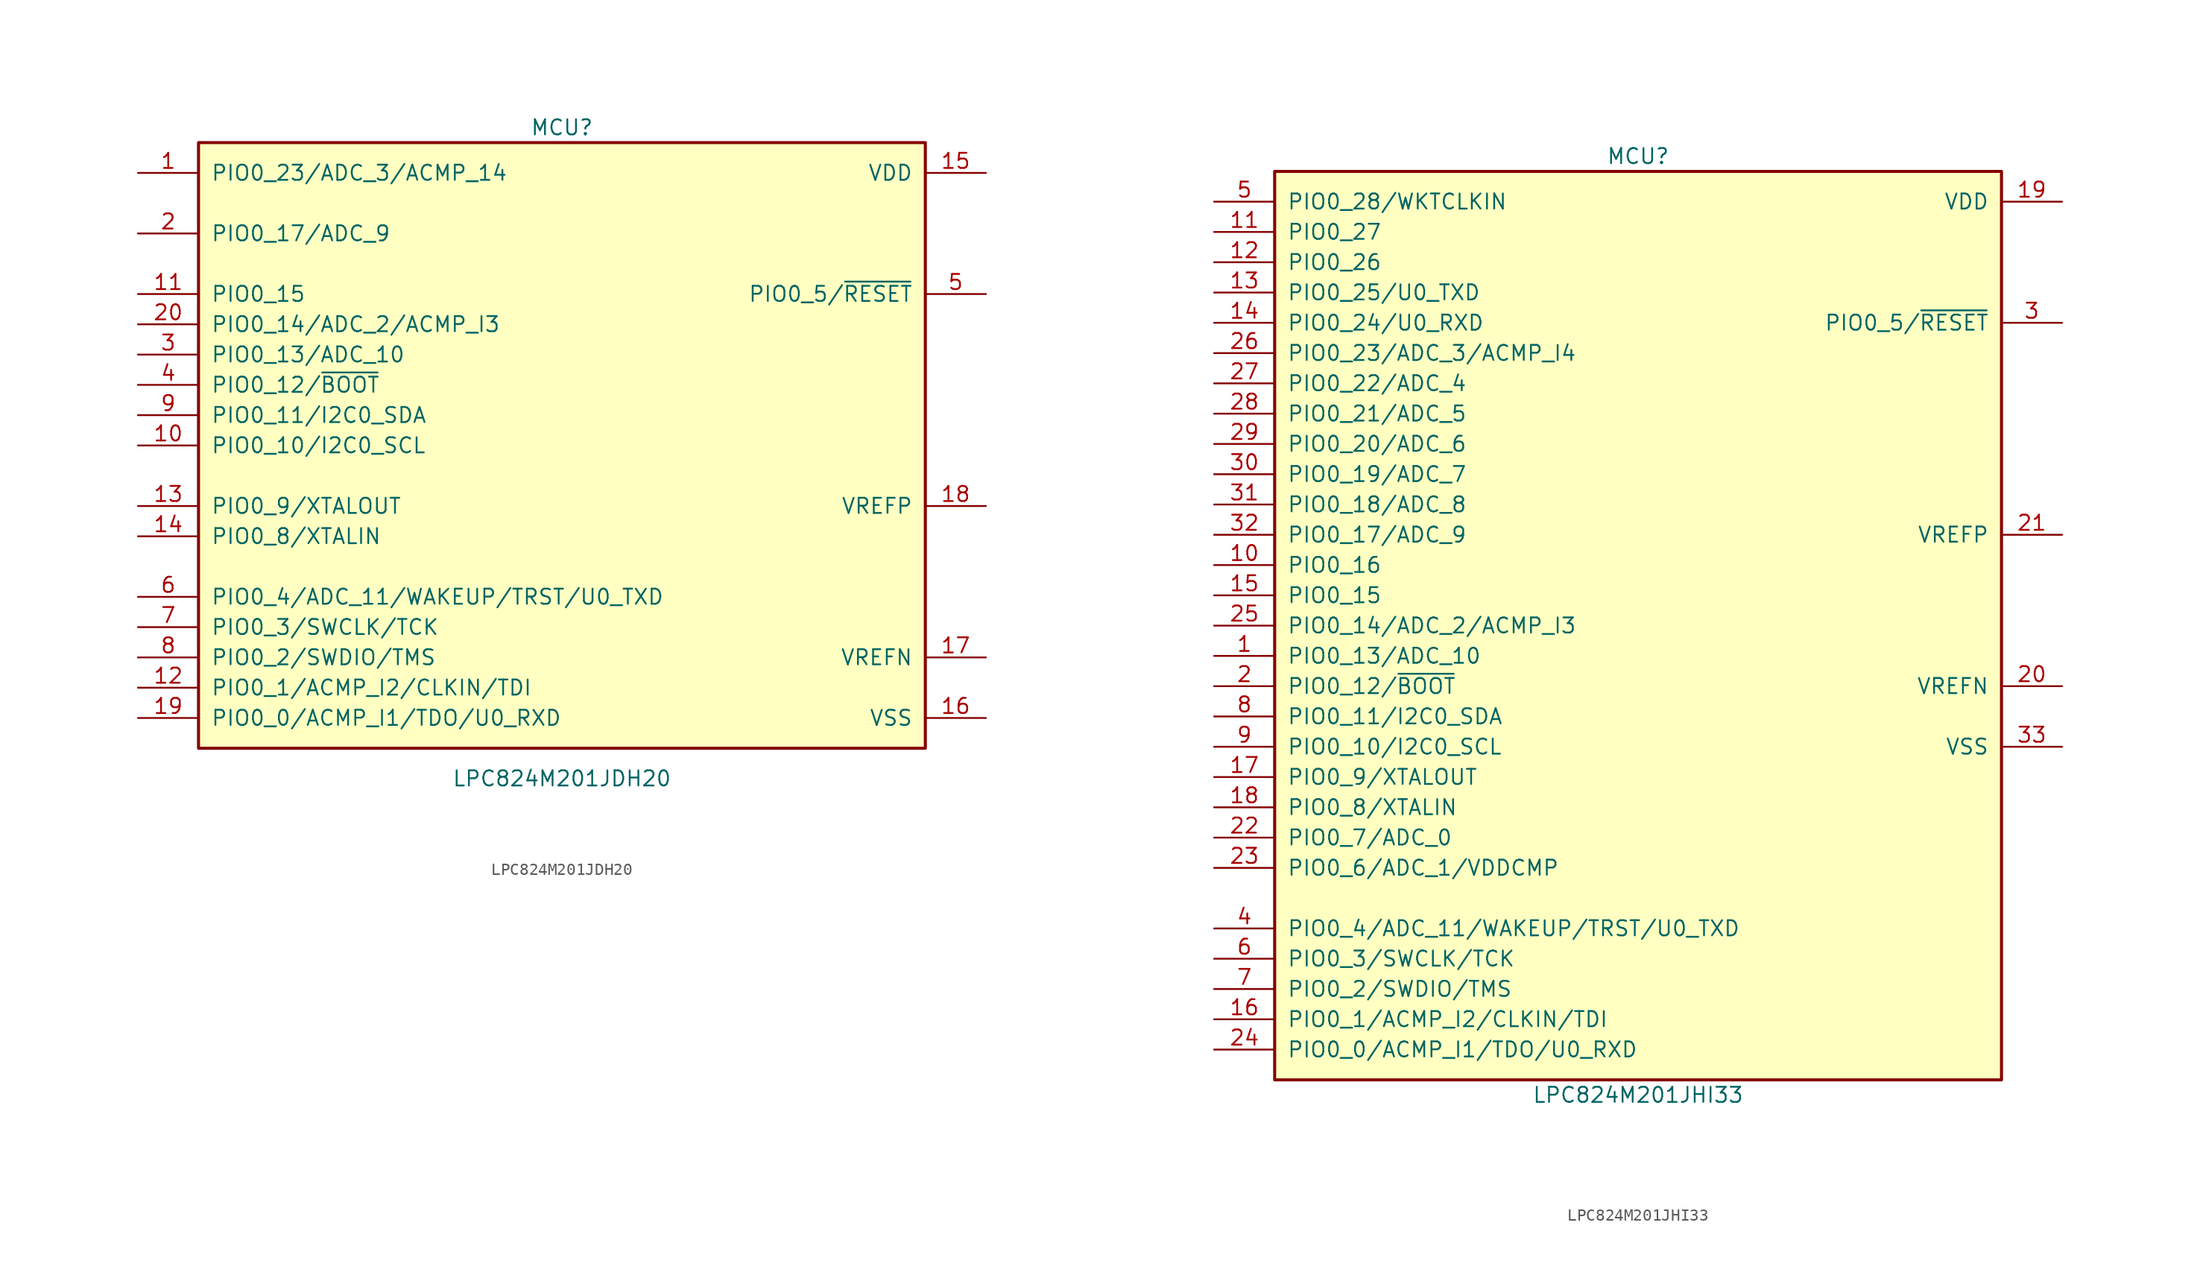
<source format=kicad_sym>
(kicad_symbol_lib
  (version 20231120)
  (generator "kicad_symbol_editor")
  (generator_version "8.0")
  (symbol "LPC824M201JDH20"
    (pin_names
      (offset 1.016))
    (property "Reference" "MCU"
      (at 0 26.67 0)
      (effects (font (size 1.27 1.27))))
    (property "Value" "LPC824M201JDH20"
      (at 0 -27.94 0)
      (effects (font (size 1.27 1.27))))
    (symbol "LPC824M201JDH20_0_1"
      (rectangle (start -30.48 25.4) (end 30.48 -25.4) (stroke (width 0.254) (type default)) (fill (type background))))
    (symbol "LPC824M201JDH20_1_1"
      (pin bidirectional line (at -35.56 22.86 0) (length 5.08) (name "PIO0_23/ADC_3/ACMP_14" (effects (font (size 1.27 1.27)))) (number "1" (effects (font (size 1.27 1.27)))) (alternate "" input line))
      (pin bidirectional line (at -35.56 0 0) (length 5.08) (name "PIO0_10/I2C0_SCL" (effects (font (size 1.27 1.27)))) (number "10" (effects (font (size 1.27 1.27)))))
      (pin bidirectional line (at -35.56 12.7 0) (length 5.08) (name "PIO0_15" (effects (font (size 1.27 1.27)))) (number "11" (effects (font (size 1.27 1.27)))))
      (pin bidirectional line (at -35.56 -20.32 0) (length 5.08) (name "PIO0_1/ACMP_I2/CLKIN/TDI" (effects (font (size 1.27 1.27)))) (number "12" (effects (font (size 1.27 1.27)))))
      (pin bidirectional line (at -35.56 -5.08 0) (length 5.08) (name "PIO0_9/XTALOUT" (effects (font (size 1.27 1.27)))) (number "13" (effects (font (size 1.27 1.27)))))
      (pin bidirectional line (at -35.56 -7.62 0) (length 5.08) (name "PIO0_8/XTALIN" (effects (font (size 1.27 1.27)))) (number "14" (effects (font (size 1.27 1.27)))))
      (pin power_in line (at 35.56 22.86 180) (length 5.08) (name "VDD" (effects (font (size 1.27 1.27)))) (number "15" (effects (font (size 1.27 1.27)))))
      (pin power_in line (at 35.56 -22.86 180) (length 5.08) (name "VSS" (effects (font (size 1.27 1.27)))) (number "16" (effects (font (size 1.27 1.27)))))
      (pin power_in line (at 35.56 -17.78 180) (length 5.08) (name "VREFN" (effects (font (size 1.27 1.27)))) (number "17" (effects (font (size 1.27 1.27)))))
      (pin power_in line (at 35.56 -5.08 180) (length 5.08) (name "VREFP" (effects (font (size 1.27 1.27)))) (number "18" (effects (font (size 1.27 1.27)))))
      (pin bidirectional line (at -35.56 -22.86 0) (length 5.08) (name "PIO0_0/ACMP_I1/TDO/U0_RXD" (effects (font (size 1.27 1.27)))) (number "19" (effects (font (size 1.27 1.27)))))
      (pin bidirectional line (at -35.56 17.78 0) (length 5.08) (name "PIO0_17/ADC_9" (effects (font (size 1.27 1.27)))) (number "2" (effects (font (size 1.27 1.27)))))
      (pin bidirectional line (at -35.56 10.16 0) (length 5.08) (name "PIO0_14/ADC_2/ACMP_I3" (effects (font (size 1.27 1.27)))) (number "20" (effects (font (size 1.27 1.27)))))
      (pin bidirectional line (at -35.56 7.62 0) (length 5.08) (name "PIO0_13/ADC_10" (effects (font (size 1.27 1.27)))) (number "3" (effects (font (size 1.27 1.27)))))
      (pin bidirectional line (at -35.56 5.08 0) (length 5.08) (name "PIO0_12/~{BOOT}" (effects (font (size 1.27 1.27)))) (number "4" (effects (font (size 1.27 1.27)))))
      (pin bidirectional line (at 35.56 12.7 180) (length 5.08) (name "PIO0_5/~{RESET}" (effects (font (size 1.27 1.27)))) (number "5" (effects (font (size 1.27 1.27)))))
      (pin bidirectional line (at -35.56 -12.7 0) (length 5.08) (name "PIO0_4/ADC_11/WAKEUP/TRST/U0_TXD" (effects (font (size 1.27 1.27)))) (number "6" (effects (font (size 1.27 1.27)))))
      (pin bidirectional line (at -35.56 -15.24 0) (length 5.08) (name "PIO0_3/SWCLK/TCK" (effects (font (size 1.27 1.27)))) (number "7" (effects (font (size 1.27 1.27)))))
      (pin bidirectional line (at -35.56 -17.78 0) (length 5.08) (name "PIO0_2/SWDIO/TMS" (effects (font (size 1.27 1.27)))) (number "8" (effects (font (size 1.27 1.27)))))
      (pin bidirectional line (at -35.56 2.54 0) (length 5.08) (name "PIO0_11/I2C0_SDA" (effects (font (size 1.27 1.27)))) (number "9" (effects (font (size 1.27 1.27)))))))
  (symbol "LPC824M201JHI33"
    (pin_names
      (offset 1.016))
    (property "Reference" "MCU"
      (at 0 39.37 0)
      (effects (font (size 1.27 1.27))))
    (property "Value" "LPC824M201JHI33"
      (at 0 -39.37 0)
      (effects (font (size 1.27 1.27))))
    (symbol "LPC824M201JHI33_0_1"
      (rectangle (start -30.48 38.1) (end 30.48 -38.1) (stroke (width 0.254) (type default)) (fill (type background))))
    (symbol "LPC824M201JHI33_1_1"
      (pin bidirectional line (at -35.56 -2.54 0) (length 5.08) (name "PIO0_13/ADC_10" (effects (font (size 1.27 1.27)))) (number "1" (effects (font (size 1.27 1.27)))))
      (pin bidirectional line (at -35.56 5.08 0) (length 5.08) (name "PIO0_16" (effects (font (size 1.27 1.27)))) (number "10" (effects (font (size 1.27 1.27)))))
      (pin bidirectional line (at -35.56 33.02 0) (length 5.08) (name "PIO0_27" (effects (font (size 1.27 1.27)))) (number "11" (effects (font (size 1.27 1.27)))))
      (pin bidirectional line (at -35.56 30.48 0) (length 5.08) (name "PIO0_26" (effects (font (size 1.27 1.27)))) (number "12" (effects (font (size 1.27 1.27)))))
      (pin bidirectional line (at -35.56 27.94 0) (length 5.08) (name "PIO0_25/U0_TXD" (effects (font (size 1.27 1.27)))) (number "13" (effects (font (size 1.27 1.27)))))
      (pin bidirectional line (at -35.56 25.4 0) (length 5.08) (name "PIO0_24/U0_RXD" (effects (font (size 1.27 1.27)))) (number "14" (effects (font (size 1.27 1.27)))))
      (pin bidirectional line (at -35.56 2.54 0) (length 5.08) (name "PIO0_15" (effects (font (size 1.27 1.27)))) (number "15" (effects (font (size 1.27 1.27)))))
      (pin bidirectional line (at -35.56 -33.02 0) (length 5.08) (name "PIO0_1/ACMP_I2/CLKIN/TDI" (effects (font (size 1.27 1.27)))) (number "16" (effects (font (size 1.27 1.27)))))
      (pin bidirectional line (at -35.56 -12.7 0) (length 5.08) (name "PIO0_9/XTALOUT" (effects (font (size 1.27 1.27)))) (number "17" (effects (font (size 1.27 1.27)))))
      (pin bidirectional line (at -35.56 -15.24 0) (length 5.08) (name "PIO0_8/XTALIN" (effects (font (size 1.27 1.27)))) (number "18" (effects (font (size 1.27 1.27)))))
      (pin power_in line (at 35.56 35.56 180) (length 5.08) (name "VDD" (effects (font (size 1.27 1.27)))) (number "19" (effects (font (size 1.27 1.27)))))
      (pin bidirectional line (at -35.56 -5.08 0) (length 5.08) (name "PIO0_12/~{BOOT}" (effects (font (size 1.27 1.27)))) (number "2" (effects (font (size 1.27 1.27)))))
      (pin power_in line (at 35.56 -5.08 180) (length 5.08) (name "VREFN" (effects (font (size 1.27 1.27)))) (number "20" (effects (font (size 1.27 1.27)))))
      (pin power_in line (at 35.56 7.62 180) (length 5.08) (name "VREFP" (effects (font (size 1.27 1.27)))) (number "21" (effects (font (size 1.27 1.27)))))
      (pin bidirectional line (at -35.56 -17.78 0) (length 5.08) (name "PIO0_7/ADC_0" (effects (font (size 1.27 1.27)))) (number "22" (effects (font (size 1.27 1.27)))))
      (pin bidirectional line (at -35.56 -20.32 0) (length 5.08) (name "PIO0_6/ADC_1/VDDCMP" (effects (font (size 1.27 1.27)))) (number "23" (effects (font (size 1.27 1.27)))))
      (pin bidirectional line (at -35.56 -35.56 0) (length 5.08) (name "PIO0_0/ACMP_I1/TDO/U0_RXD" (effects (font (size 1.27 1.27)))) (number "24" (effects (font (size 1.27 1.27)))))
      (pin bidirectional line (at -35.56 0 0) (length 5.08) (name "PIO0_14/ADC_2/ACMP_I3" (effects (font (size 1.27 1.27)))) (number "25" (effects (font (size 1.27 1.27)))))
      (pin bidirectional line (at -35.56 22.86 0) (length 5.08) (name "PIO0_23/ADC_3/ACMP_I4" (effects (font (size 1.27 1.27)))) (number "26" (effects (font (size 1.27 1.27)))))
      (pin bidirectional line (at -35.56 20.32 0) (length 5.08) (name "PIO0_22/ADC_4" (effects (font (size 1.27 1.27)))) (number "27" (effects (font (size 1.27 1.27)))))
      (pin bidirectional line (at -35.56 17.78 0) (length 5.08) (name "PIO0_21/ADC_5" (effects (font (size 1.27 1.27)))) (number "28" (effects (font (size 1.27 1.27)))))
      (pin bidirectional line (at -35.56 15.24 0) (length 5.08) (name "PIO0_20/ADC_6" (effects (font (size 1.27 1.27)))) (number "29" (effects (font (size 1.27 1.27)))))
      (pin bidirectional line (at 35.56 25.4 180) (length 5.08) (name "PIO0_5/~{RESET}" (effects (font (size 1.27 1.27)))) (number "3" (effects (font (size 1.27 1.27)))))
      (pin bidirectional line (at -35.56 12.7 0) (length 5.08) (name "PIO0_19/ADC_7" (effects (font (size 1.27 1.27)))) (number "30" (effects (font (size 1.27 1.27)))))
      (pin bidirectional line (at -35.56 10.16 0) (length 5.08) (name "PIO0_18/ADC_8" (effects (font (size 1.27 1.27)))) (number "31" (effects (font (size 1.27 1.27)))))
      (pin bidirectional line (at -35.56 7.62 0) (length 5.08) (name "PIO0_17/ADC_9" (effects (font (size 1.27 1.27)))) (number "32" (effects (font (size 1.27 1.27)))))
      (pin power_in line (at 35.56 -10.16 180) (length 5.08) (name "VSS" (effects (font (size 1.27 1.27)))) (number "33" (effects (font (size 1.27 1.27)))))
      (pin bidirectional line (at -35.56 -25.4 0) (length 5.08) (name "PIO0_4/ADC_11/WAKEUP/TRST/U0_TXD" (effects (font (size 1.27 1.27)))) (number "4" (effects (font (size 1.27 1.27)))))
      (pin bidirectional line (at -35.56 35.56 0) (length 5.08) (name "PIO0_28/WKTCLKIN" (effects (font (size 1.27 1.27)))) (number "5" (effects (font (size 1.27 1.27)))))
      (pin bidirectional line (at -35.56 -27.94 0) (length 5.08) (name "PIO0_3/SWCLK/TCK" (effects (font (size 1.27 1.27)))) (number "6" (effects (font (size 1.27 1.27)))))
      (pin bidirectional line (at -35.56 -30.48 0) (length 5.08) (name "PIO0_2/SWDIO/TMS" (effects (font (size 1.27 1.27)))) (number "7" (effects (font (size 1.27 1.27)))))
      (pin bidirectional line (at -35.56 -7.62 0) (length 5.08) (name "PIO0_11/I2C0_SDA" (effects (font (size 1.27 1.27)))) (number "8" (effects (font (size 1.27 1.27)))))
      (pin bidirectional line (at -35.56 -10.16 0) (length 5.08) (name "PIO0_10/I2C0_SCL" (effects (font (size 1.27 1.27)))) (number "9" (effects (font (size 1.27 1.27))))))))
</source>
